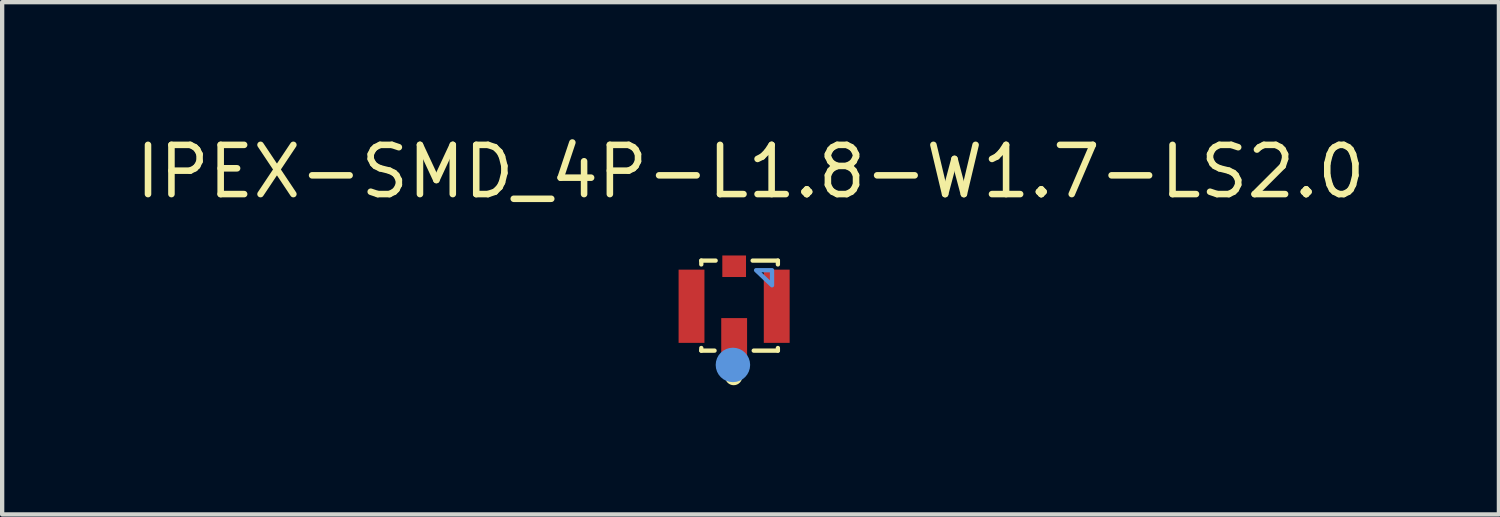
<source format=kicad_pcb>
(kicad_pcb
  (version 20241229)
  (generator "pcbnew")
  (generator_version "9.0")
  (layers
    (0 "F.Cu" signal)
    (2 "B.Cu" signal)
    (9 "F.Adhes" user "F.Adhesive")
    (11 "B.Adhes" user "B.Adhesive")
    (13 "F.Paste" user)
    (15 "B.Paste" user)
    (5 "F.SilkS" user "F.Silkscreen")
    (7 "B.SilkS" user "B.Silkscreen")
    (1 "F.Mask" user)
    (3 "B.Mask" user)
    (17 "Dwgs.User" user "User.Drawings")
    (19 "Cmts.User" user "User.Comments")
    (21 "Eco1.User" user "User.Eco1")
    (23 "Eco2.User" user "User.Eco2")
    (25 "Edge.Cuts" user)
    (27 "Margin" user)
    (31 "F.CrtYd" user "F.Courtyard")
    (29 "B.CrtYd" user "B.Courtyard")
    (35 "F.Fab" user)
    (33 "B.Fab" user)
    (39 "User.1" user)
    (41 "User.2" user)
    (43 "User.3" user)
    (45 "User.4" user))
  (footprint "IPEX-SMD_4P-L1.8-W1.7-LS2.0"
    (layer "F.Cu")
    (at 13.993 3.983)
    (property "Reference" "IPEX-SMD_4P-L1.8-W1.7-LS2.0" (at 0.381 -3.048 0) (layer "F.SilkS") (effects (font (size 1.143 1.143) (thickness 0.152))))
    (attr smd)
    (fp_line (start -0.762 -0.983) (end -0.762 -0.894) (stroke (width 0.1) (type solid)) (layer "F.SilkS"))
    (fp_line (start -0.762 1.046) (end -0.762 1.107) (stroke (width 0.1) (type solid)) (layer "F.SilkS"))
    (fp_line (start -0.762 1.107) (end -0.454 1.107) (stroke (width 0.1) (type solid)) (layer "F.SilkS"))
    (fp_line (start -0.429 -0.983) (end -0.762 -0.983) (stroke (width 0.1) (type solid)) (layer "F.SilkS"))
    (fp_line (start 0.455 1.107) (end 1.016 1.107) (stroke (width 0.1) (type solid)) (layer "F.SilkS"))
    (fp_line (start 1.016 -0.983) (end 0.43 -0.983) (stroke (width 0.1) (type solid)) (layer "F.SilkS"))
    (fp_line (start 1.016 -0.894) (end 1.016 -0.983) (stroke (width 0.1) (type solid)) (layer "F.SilkS"))
    (fp_line (start 1.016 1.107) (end 1.016 1.046) (stroke (width 0.1) (type solid)) (layer "F.SilkS"))
    (fp_circle (center -0.01 1.71) (end 0.09 1.71) (stroke (width 0.2) (type solid)) (fill no) (layer "F.SilkS"))
    (fp_circle (center -0.028 1.439) (end 0.172 1.439) (stroke (width 0.4) (type solid)) (fill no) (layer "Cmts.User"))
    (fp_poly (pts (xy 0.51 -0.76) (xy 0.88 -0.76) (xy 0.88 -0.41)) (stroke (width 0.1) (type solid)) (fill no) (layer "Cmts.User"))
    (pad "1" smd rect (at 0.001 0.852) (size 0.6 1) (layers "F.Cu" "F.Mask" "F.Paste"))
    (pad "2" smd rect (at 0.989 0.077) (size 0.6 1.7) (layers "F.Cu" "F.Mask" "F.Paste"))
    (pad "3" smd rect (at 0.001 -0.852) (size 0.55 0.5) (layers "F.Cu" "F.Mask" "F.Paste"))
    (pad "4" smd rect (at -0.989 0.077) (size 0.6 1.7) (layers "F.Cu" "F.Mask" "F.Paste")))
  (gr_rect
    (start -3 -3)
    (end 31.748 8.893)
    (stroke (width 0.1) (type default))
    (fill no)
    (layer "Edge.Cuts")))
</source>
